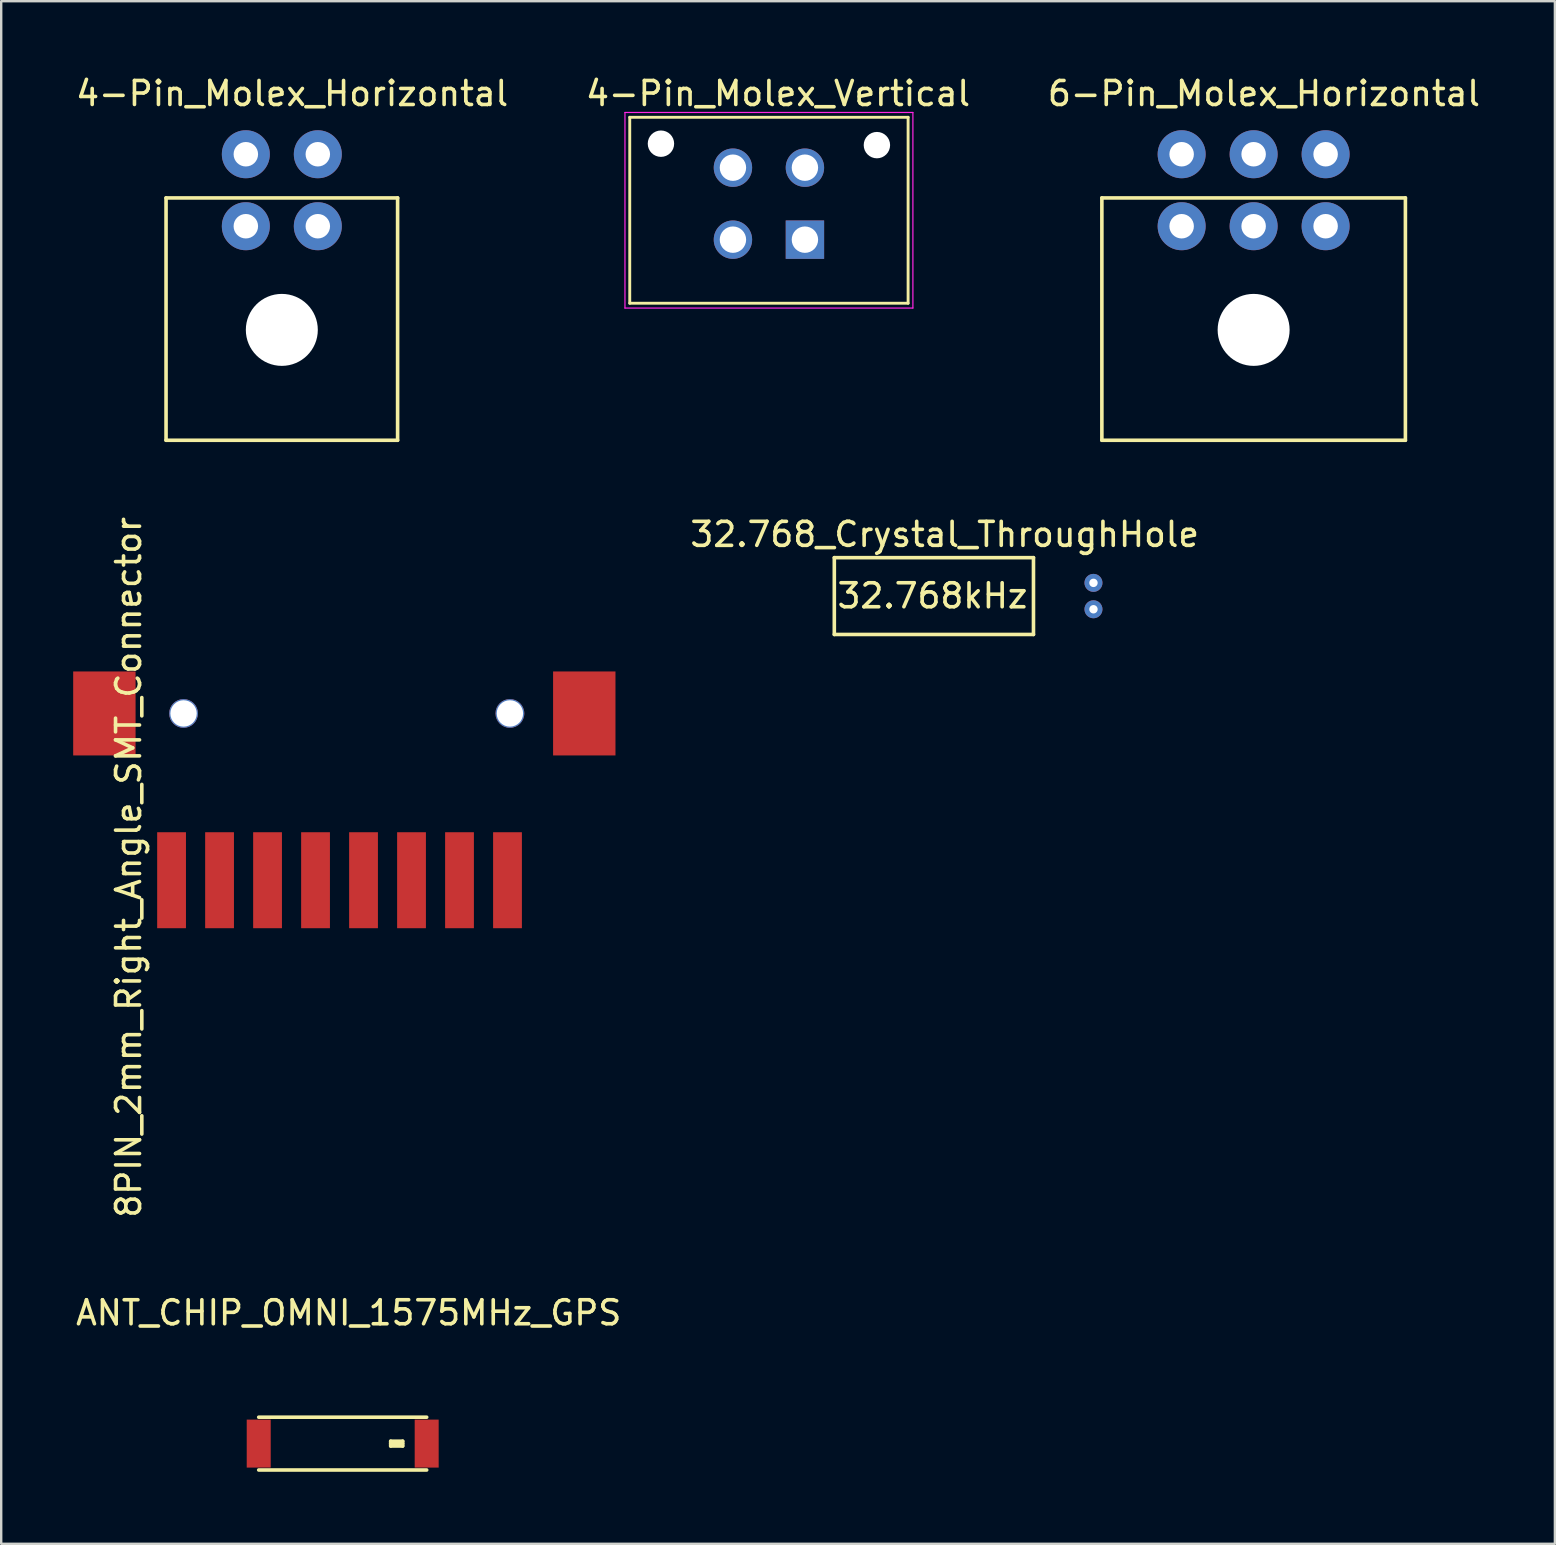
<source format=kicad_pcb>
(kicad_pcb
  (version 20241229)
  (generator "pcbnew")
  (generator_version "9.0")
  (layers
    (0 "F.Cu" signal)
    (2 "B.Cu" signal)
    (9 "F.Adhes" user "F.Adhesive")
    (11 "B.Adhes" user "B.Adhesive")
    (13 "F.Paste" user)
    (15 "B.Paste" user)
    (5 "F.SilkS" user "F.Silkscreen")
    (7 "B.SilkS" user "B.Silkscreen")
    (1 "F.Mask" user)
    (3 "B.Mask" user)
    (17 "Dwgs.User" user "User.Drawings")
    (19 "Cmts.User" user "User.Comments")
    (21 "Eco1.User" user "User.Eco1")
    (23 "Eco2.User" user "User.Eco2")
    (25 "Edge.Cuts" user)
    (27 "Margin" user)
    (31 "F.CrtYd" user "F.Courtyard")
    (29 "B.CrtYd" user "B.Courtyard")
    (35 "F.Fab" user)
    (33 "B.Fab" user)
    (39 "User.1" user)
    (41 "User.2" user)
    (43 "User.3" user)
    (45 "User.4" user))
  (footprint "4-Pin_Molex_Vertical"
    (layer "F.Cu")
    (at 30.495 6.938)
    (property "Reference" "4-Pin_Molex_Vertical" (at -1.12 -6.09 0) (layer "F.SilkS") (effects (font (size 1 1) (thickness 0.15))))
    (attr through_hole)
    (fp_line (start -7.3 2.65) (end -7.3 -5.1) (stroke (width 0.12) (type solid)) (layer "F.SilkS"))
    (fp_line (start 4.3 -5.1) (end -7.3 -5.1) (stroke (width 0.12) (type solid)) (layer "F.SilkS"))
    (fp_line (start 4.3 2.65) (end -7.3 2.65) (stroke (width 0.12) (type solid)) (layer "F.SilkS"))
    (fp_line (start 4.3 2.65) (end 4.3 -5.1) (stroke (width 0.12) (type solid)) (layer "F.SilkS"))
    (fp_line (start -7.5 2.85) (end -7.5 -5.3) (stroke (width 0.05) (type solid)) (layer "F.CrtYd"))
    (fp_line (start 4.5 -5.3) (end -7.5 -5.3) (stroke (width 0.05) (type solid)) (layer "F.CrtYd"))
    (fp_line (start 4.5 2.85) (end -7.5 2.85) (stroke (width 0.05) (type solid)) (layer "F.CrtYd"))
    (fp_line (start 4.5 2.85) (end 4.5 -5.3) (stroke (width 0.05) (type solid)) (layer "F.CrtYd"))
    (pad "" np_thru_hole circle (at -6 -4) (size 1.1 1.1) (drill 1.1) (layers "*.Cu" "*.Mask"))
    (pad "" np_thru_hole circle (at 3 -3.94) (size 1.1 1.1) (drill 1.1) (layers "*.Cu" "*.Mask"))
    (pad "1" thru_hole rect (at 0 0) (size 1.6 1.6) (drill 1.1) (layers "*.Cu" "*.Mask"))
    (pad "2" thru_hole circle (at -3 0) (size 1.6 1.6) (drill 1.1) (layers "*.Cu" "*.Mask"))
    (pad "3" thru_hole circle (at 0 -3) (size 1.6 1.6) (drill 1.1) (layers "*.Cu" "*.Mask"))
    (pad "4" thru_hole circle (at -3 -3) (size 1.6 1.6) (drill 1.1) (layers "*.Cu" "*.Mask")))
  (footprint "4-Pin_Molex_Horizontal"
    (layer "F.Cu")
    (at 8.695 10.698)
    (property "Reference" "4-Pin_Molex_Horizontal" (at 0.43 -9.85 0) (layer "F.SilkS") (effects (font (size 1 1) (thickness 0.15))))
    (attr through_hole)
    (fp_line (start -4.825 -5.5) (end -4.825 4.6) (stroke (width 0.15) (type solid)) (layer "F.SilkS"))
    (fp_line (start -4.825 4.6) (end 4.825 4.6) (stroke (width 0.15) (type solid)) (layer "F.SilkS"))
    (fp_line (start 4.825 -5.5) (end -4.825 -5.5) (stroke (width 0.15) (type solid)) (layer "F.SilkS"))
    (fp_line (start 4.825 4.6) (end 4.825 -5.5) (stroke (width 0.15) (type solid)) (layer "F.SilkS"))
    (pad "" np_thru_hole circle (at 0 0) (size 3 3) (drill 3) (layers "*.Cu" "*.Mask"))
    (pad "1" thru_hole circle (at 1.5 -4.32) (size 2 2) (drill 1.02) (layers "*.Cu" "*.Mask"))
    (pad "2" thru_hole circle (at -1.5 -4.32) (size 2 2) (drill 1.02) (layers "*.Cu" "*.Mask"))
    (pad "3" thru_hole circle (at 1.5 -7.32) (size 2 2) (drill 1.02) (layers "*.Cu" "*.Mask"))
    (pad "4" thru_hole circle (at -1.5 -7.32) (size 2 2) (drill 1.02) (layers "*.Cu" "*.Mask")))
  (footprint "32.768_Crystal_ThroughHole"
    (layer "F.Cu")
    (at 42.52 21.791)
    (property "Reference" "32.768_Crystal_ThroughHole" (at -6.2 -2.57 0) (layer "F.SilkS") (effects (font (size 1 1) (thickness 0.15))))
    (attr through_hole)
    (fp_line (start -10.8 -1.6) (end -10.8 1.6) (stroke (width 0.15) (type solid)) (layer "F.SilkS"))
    (fp_line (start -2.5 -1.6) (end -10.8 -1.6) (stroke (width 0.15) (type solid)) (layer "F.SilkS"))
    (fp_line (start -2.5 -1.6) (end -2.5 1.6) (stroke (width 0.15) (type solid)) (layer "F.SilkS"))
    (fp_line (start -2.5 1.6) (end -10.8 1.6) (stroke (width 0.15) (type solid)) (layer "F.SilkS"))
    (fp_text user "32.768kHz" (at -6.71 -0.01 0) (layer "F.SilkS") (effects (font (size 1 1) (thickness 0.15))))
    (pad "1" thru_hole circle (at 0 0.55) (size 0.75 0.75) (drill 0.35) (layers "*.Cu" "*.Mask"))
    (pad "2" thru_hole circle (at 0 -0.55) (size 0.75 0.75) (drill 0.35) (layers "*.Cu" "*.Mask")))
  (footprint "ANT_CHIP_OMNI_1575MHz_GPS"
    (layer "F.Cu")
    (at 11.232 57.112)
    (property "Reference" "ANT_CHIP_OMNI_1575MHz_GPS" (at 0.25 -5.45 0) (layer "F.SilkS") (effects (font (size 1 1) (thickness 0.15))))
    (attr through_hole)
    (fp_line (start -3.5 -1.1) (end 3.5 -1.1) (stroke (width 0.15) (type solid)) (layer "F.SilkS"))
    (fp_line (start -3.5 1.1) (end 3.5 1.1) (stroke (width 0.15) (type solid)) (layer "F.SilkS"))
    (fp_line (start 2 -0.1) (end 2 0.1) (stroke (width 0.15) (type solid)) (layer "F.SilkS"))
    (fp_line (start 2 0) (end 2.5 0) (stroke (width 0.15) (type solid)) (layer "F.SilkS"))
    (fp_line (start 2 0.1) (end 2.5 0.1) (stroke (width 0.15) (type solid)) (layer "F.SilkS"))
    (fp_line (start 2.5 -0.1) (end 2 -0.1) (stroke (width 0.15) (type solid)) (layer "F.SilkS"))
    (fp_line (start 2.5 -0.1) (end 2.5 0.1) (stroke (width 0.15) (type solid)) (layer "F.SilkS"))
    (pad "1" smd rect (at 3.5 0) (size 1 2) (layers "F.Cu" "F.Mask" "F.Paste"))
    (pad "2" smd rect (at -3.5 0) (size 1 2) (layers "F.Cu" "F.Mask" "F.Paste")))
  (footprint "6-Pin_Molex_Horizontal"
    (layer "F.Cu")
    (at 49.195 10.698)
    (property "Reference" "6-Pin_Molex_Horizontal" (at 0.43 -9.85 0) (layer "F.SilkS") (effects (font (size 1 1) (thickness 0.15))))
    (attr through_hole)
    (fp_line (start -6.325 -5.5) (end -6.325 4.6) (stroke (width 0.15) (type solid)) (layer "F.SilkS"))
    (fp_line (start -6.325 4.6) (end 6.325 4.6) (stroke (width 0.15) (type solid)) (layer "F.SilkS"))
    (fp_line (start 6.325 -5.5) (end -6.325 -5.5) (stroke (width 0.15) (type solid)) (layer "F.SilkS"))
    (fp_line (start 6.325 4.6) (end 6.325 -5.5) (stroke (width 0.15) (type solid)) (layer "F.SilkS"))
    (pad "" np_thru_hole circle (at 0 0) (size 3 3) (drill 3) (layers "*.Cu" "*.Mask"))
    (pad "1" thru_hole circle (at 3 -4.32) (size 2 2) (drill 1.02) (layers "*.Cu" "*.Mask"))
    (pad "2" thru_hole circle (at 0 -4.32) (size 2 2) (drill 1.02) (layers "*.Cu" "*.Mask"))
    (pad "3" thru_hole circle (at -3 -4.32) (size 2 2) (drill 1.02) (layers "*.Cu" "*.Mask"))
    (pad "4" thru_hole circle (at 3 -7.32) (size 2 2) (drill 1.02) (layers "*.Cu" "*.Mask"))
    (pad "5" thru_hole circle (at 0 -7.32) (size 2 2) (drill 1.02) (layers "*.Cu" "*.Mask"))
    (pad "6" thru_hole circle (at -3 -7.32) (size 2 2) (drill 1.02) (layers "*.Cu" "*.Mask")))
  (footprint "8PIN_2mm_Right_Angle_SMT_Connector"
    (layer "F.Cu")
    (at 18.1 33.633)
    (property "Reference" "8PIN_2mm_Right_Angle_SMT_Connector" (at -15.79 -0.54 90) (layer "F.SilkS") (effects (font (size 1 1) (thickness 0.15))))
    (attr through_hole)
    (pad "" smd rect (at -16.8 -6.95) (size 2.6 3.5) (layers "F.Cu" "F.Mask" "F.Paste"))
    (pad "" np_thru_hole circle (at -13.5 -6.95) (size 1.2 1.2) (drill 1.1) (layers "*.Cu" "*.Mask"))
    (pad "" np_thru_hole circle (at 0.1 -6.95) (size 1.2 1.2) (drill 1.1) (layers "*.Cu" "*.Mask"))
    (pad "" smd rect (at 3.2 -6.95) (size 2.6 3.5) (layers "F.Cu" "F.Mask" "F.Paste"))
    (pad "1" smd rect (at 0 0) (size 1.2 4) (layers "F.Cu" "F.Mask" "F.Paste"))
    (pad "2" smd rect (at -2 0) (size 1.2 4) (layers "F.Cu" "F.Mask" "F.Paste"))
    (pad "3" smd rect (at -4 0) (size 1.2 4) (layers "F.Cu" "F.Mask" "F.Paste"))
    (pad "4" smd rect (at -6 0) (size 1.2 4) (layers "F.Cu" "F.Mask" "F.Paste"))
    (pad "5" smd rect (at -8 0) (size 1.2 4) (layers "F.Cu" "F.Mask" "F.Paste"))
    (pad "6" smd rect (at -10 0) (size 1.2 4) (layers "F.Cu" "F.Mask" "F.Paste"))
    (pad "7" smd rect (at -12 0) (size 1.2 4) (layers "F.Cu" "F.Mask" "F.Paste"))
    (pad "8" smd rect (at -14 0) (size 1.2 4) (layers "F.Cu" "F.Mask" "F.Paste")))
  (gr_rect
    (start -3 -3)
    (end 61.75 61.287)
    (stroke (width 0.1) (type default))
    (fill no)
    (layer "Edge.Cuts")))
</source>
